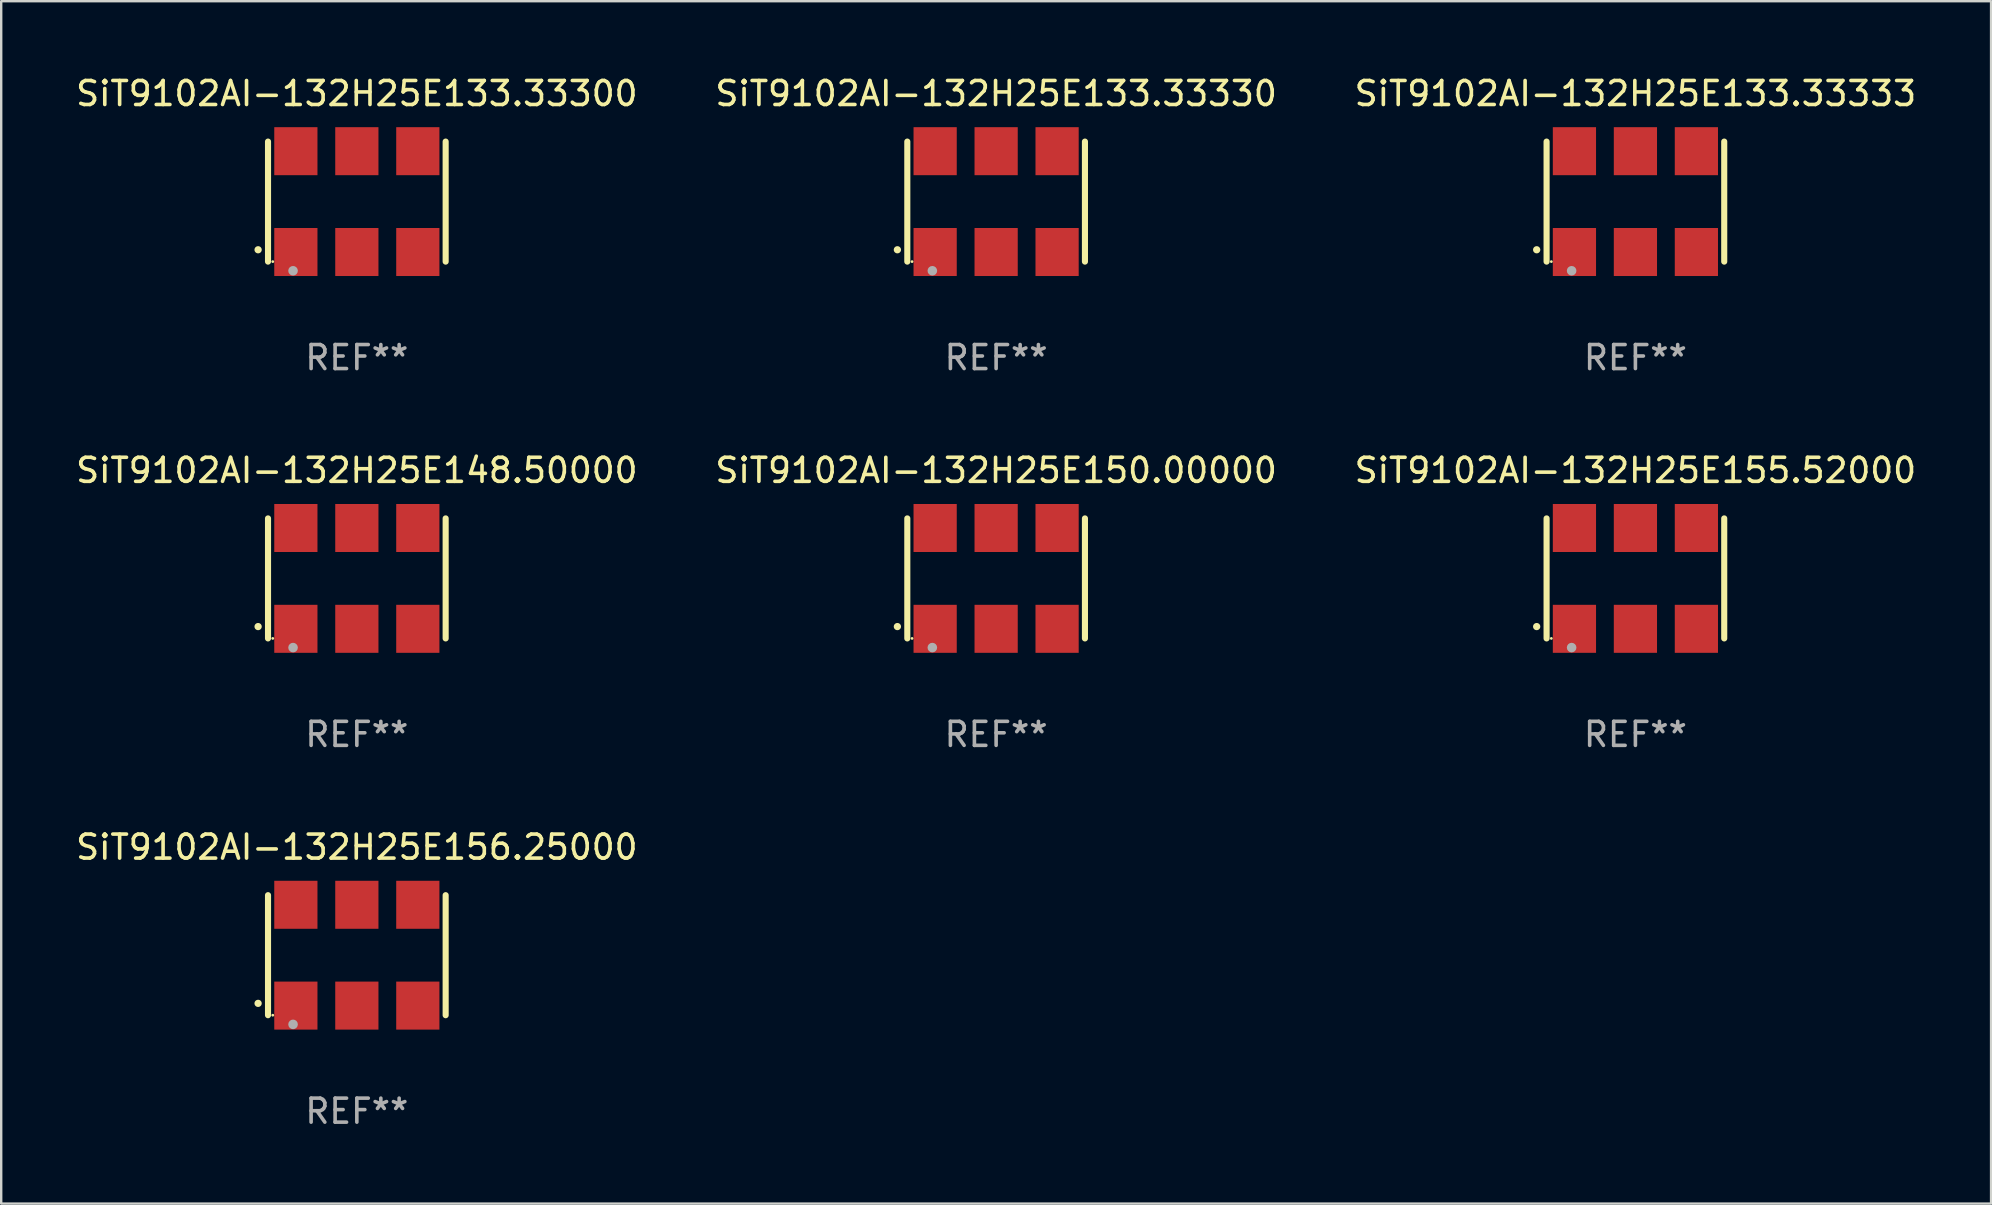
<source format=kicad_pcb>
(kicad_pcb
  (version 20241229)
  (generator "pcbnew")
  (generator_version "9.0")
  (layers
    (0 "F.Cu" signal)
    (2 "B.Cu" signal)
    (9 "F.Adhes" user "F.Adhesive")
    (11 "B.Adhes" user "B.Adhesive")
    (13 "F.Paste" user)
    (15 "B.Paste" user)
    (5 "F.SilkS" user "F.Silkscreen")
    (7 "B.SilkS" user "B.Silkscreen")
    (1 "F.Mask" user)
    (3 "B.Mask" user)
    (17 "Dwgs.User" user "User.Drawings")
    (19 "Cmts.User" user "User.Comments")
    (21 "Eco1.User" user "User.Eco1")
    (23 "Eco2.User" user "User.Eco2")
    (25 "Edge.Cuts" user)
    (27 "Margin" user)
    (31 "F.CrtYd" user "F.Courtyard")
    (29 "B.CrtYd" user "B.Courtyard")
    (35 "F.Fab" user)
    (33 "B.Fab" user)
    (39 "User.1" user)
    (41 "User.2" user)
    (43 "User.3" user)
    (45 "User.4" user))
  (footprint "SiT9102AI-132H25E133.33300"
    (layer "F.Cu")
    (at 11.815 5.348)
    (property "Reference" "SiT9102AI-132H25E133.33300" (at 0 -4.5 0) (layer "F.SilkS") (effects (font (size 1 1) (thickness 0.15))))
    (attr through_hole)
    (fp_line (start -3.7 -2.5) (end -3.7 2.5) (stroke (width 0.254) (type solid)) (layer "F.SilkS"))
    (fp_line (start 3.7 -2.5) (end 3.7 2.5) (stroke (width 0.254) (type solid)) (layer "F.SilkS"))
    (fp_arc (start -4.114415 2.006604) (mid -4.113145 2.006599) (end -4.111875 2.006604) (stroke (width 0.3) (type solid)) (layer "F.SilkS"))
    (fp_circle (center -3.502 2.5) (end -3.472 2.5) (stroke (width 0.06) (type solid)) (fill no) (layer "F.SilkS"))
    (fp_circle (center -2.657 2.882) (end -2.557 2.882) (stroke (width 0.2) (type solid)) (fill no) (layer "F.Fab"))
    (fp_text user "REF**" (at 0 6.5 0) (layer "F.Fab") (effects (font (size 1 1) (thickness 0.15))))
    (pad "1" smd rect (at -2.54 2.1) (size 1.8 2) (layers "F.Cu" "F.Mask" "F.Paste"))
    (pad "2" smd rect (at 0.000394 2.1) (size 1.8 2) (layers "F.Cu" "F.Mask" "F.Paste"))
    (pad "3" smd rect (at 2.54 2.1) (size 1.8 2) (layers "F.Cu" "F.Mask" "F.Paste"))
    (pad "4" smd rect (at 2.54 -2.1) (size 1.8 2) (layers "F.Cu" "F.Mask" "F.Paste"))
    (pad "5" smd rect (at 0.000394 -2.1) (size 1.8 2) (layers "F.Cu" "F.Mask" "F.Paste"))
    (pad "6" smd rect (at -2.54 -2.1) (size 1.8 2) (layers "F.Cu" "F.Mask" "F.Paste")))
  (footprint "SiT9102AI-132H25E156.25000"
    (layer "F.Cu")
    (at 11.815 36.741)
    (property "Reference" "SiT9102AI-132H25E156.25000" (at 0 -4.5 0) (layer "F.SilkS") (effects (font (size 1 1) (thickness 0.15))))
    (attr through_hole)
    (fp_line (start -3.7 -2.5) (end -3.7 2.5) (stroke (width 0.254) (type solid)) (layer "F.SilkS"))
    (fp_line (start 3.7 -2.5) (end 3.7 2.5) (stroke (width 0.254) (type solid)) (layer "F.SilkS"))
    (fp_arc (start -4.114415 2.006604) (mid -4.113145 2.006599) (end -4.111875 2.006604) (stroke (width 0.3) (type solid)) (layer "F.SilkS"))
    (fp_circle (center -3.502 2.5) (end -3.472 2.5) (stroke (width 0.06) (type solid)) (fill no) (layer "F.SilkS"))
    (fp_circle (center -2.657 2.882) (end -2.557 2.882) (stroke (width 0.2) (type solid)) (fill no) (layer "F.Fab"))
    (fp_text user "REF**" (at 0 6.5 0) (layer "F.Fab") (effects (font (size 1 1) (thickness 0.15))))
    (pad "1" smd rect (at -2.54 2.1) (size 1.8 2) (layers "F.Cu" "F.Mask" "F.Paste"))
    (pad "2" smd rect (at 0.000394 2.1) (size 1.8 2) (layers "F.Cu" "F.Mask" "F.Paste"))
    (pad "3" smd rect (at 2.54 2.1) (size 1.8 2) (layers "F.Cu" "F.Mask" "F.Paste"))
    (pad "4" smd rect (at 2.54 -2.1) (size 1.8 2) (layers "F.Cu" "F.Mask" "F.Paste"))
    (pad "5" smd rect (at 0.000394 -2.1) (size 1.8 2) (layers "F.Cu" "F.Mask" "F.Paste"))
    (pad "6" smd rect (at -2.54 -2.1) (size 1.8 2) (layers "F.Cu" "F.Mask" "F.Paste")))
  (footprint "SiT9102AI-132H25E148.50000"
    (layer "F.Cu")
    (at 11.815 21.045)
    (property "Reference" "SiT9102AI-132H25E148.50000" (at 0 -4.5 0) (layer "F.SilkS") (effects (font (size 1 1) (thickness 0.15))))
    (attr through_hole)
    (fp_line (start -3.7 -2.5) (end -3.7 2.5) (stroke (width 0.254) (type solid)) (layer "F.SilkS"))
    (fp_line (start 3.7 -2.5) (end 3.7 2.5) (stroke (width 0.254) (type solid)) (layer "F.SilkS"))
    (fp_arc (start -4.114415 2.006604) (mid -4.113145 2.006599) (end -4.111875 2.006604) (stroke (width 0.3) (type solid)) (layer "F.SilkS"))
    (fp_circle (center -3.502 2.5) (end -3.472 2.5) (stroke (width 0.06) (type solid)) (fill no) (layer "F.SilkS"))
    (fp_circle (center -2.657 2.882) (end -2.557 2.882) (stroke (width 0.2) (type solid)) (fill no) (layer "F.Fab"))
    (fp_text user "REF**" (at 0 6.5 0) (layer "F.Fab") (effects (font (size 1 1) (thickness 0.15))))
    (pad "1" smd rect (at -2.54 2.1) (size 1.8 2) (layers "F.Cu" "F.Mask" "F.Paste"))
    (pad "2" smd rect (at 0.000394 2.1) (size 1.8 2) (layers "F.Cu" "F.Mask" "F.Paste"))
    (pad "3" smd rect (at 2.54 2.1) (size 1.8 2) (layers "F.Cu" "F.Mask" "F.Paste"))
    (pad "4" smd rect (at 2.54 -2.1) (size 1.8 2) (layers "F.Cu" "F.Mask" "F.Paste"))
    (pad "5" smd rect (at 0.000394 -2.1) (size 1.8 2) (layers "F.Cu" "F.Mask" "F.Paste"))
    (pad "6" smd rect (at -2.54 -2.1) (size 1.8 2) (layers "F.Cu" "F.Mask" "F.Paste")))
  (footprint "SiT9102AI-132H25E133.33330"
    (layer "F.Cu")
    (at 38.446 5.348)
    (property "Reference" "SiT9102AI-132H25E133.33330" (at 0 -4.5 0) (layer "F.SilkS") (effects (font (size 1 1) (thickness 0.15))))
    (attr through_hole)
    (fp_line (start -3.7 -2.5) (end -3.7 2.5) (stroke (width 0.254) (type solid)) (layer "F.SilkS"))
    (fp_line (start 3.7 -2.5) (end 3.7 2.5) (stroke (width 0.254) (type solid)) (layer "F.SilkS"))
    (fp_arc (start -4.114415 2.006604) (mid -4.113145 2.006599) (end -4.111875 2.006604) (stroke (width 0.3) (type solid)) (layer "F.SilkS"))
    (fp_circle (center -3.502 2.5) (end -3.472 2.5) (stroke (width 0.06) (type solid)) (fill no) (layer "F.SilkS"))
    (fp_circle (center -2.657 2.882) (end -2.557 2.882) (stroke (width 0.2) (type solid)) (fill no) (layer "F.Fab"))
    (fp_text user "REF**" (at 0 6.5 0) (layer "F.Fab") (effects (font (size 1 1) (thickness 0.15))))
    (pad "1" smd rect (at -2.54 2.1) (size 1.8 2) (layers "F.Cu" "F.Mask" "F.Paste"))
    (pad "2" smd rect (at 0.000394 2.1) (size 1.8 2) (layers "F.Cu" "F.Mask" "F.Paste"))
    (pad "3" smd rect (at 2.54 2.1) (size 1.8 2) (layers "F.Cu" "F.Mask" "F.Paste"))
    (pad "4" smd rect (at 2.54 -2.1) (size 1.8 2) (layers "F.Cu" "F.Mask" "F.Paste"))
    (pad "5" smd rect (at 0.000394 -2.1) (size 1.8 2) (layers "F.Cu" "F.Mask" "F.Paste"))
    (pad "6" smd rect (at -2.54 -2.1) (size 1.8 2) (layers "F.Cu" "F.Mask" "F.Paste")))
  (footprint "SiT9102AI-132H25E133.33333"
    (layer "F.Cu")
    (at 65.077 5.348)
    (property "Reference" "SiT9102AI-132H25E133.33333" (at 0 -4.5 0) (layer "F.SilkS") (effects (font (size 1 1) (thickness 0.15))))
    (attr through_hole)
    (fp_line (start -3.7 -2.5) (end -3.7 2.5) (stroke (width 0.254) (type solid)) (layer "F.SilkS"))
    (fp_line (start 3.7 -2.5) (end 3.7 2.5) (stroke (width 0.254) (type solid)) (layer "F.SilkS"))
    (fp_arc (start -4.114415 2.006604) (mid -4.113145 2.006599) (end -4.111875 2.006604) (stroke (width 0.3) (type solid)) (layer "F.SilkS"))
    (fp_circle (center -3.502 2.5) (end -3.472 2.5) (stroke (width 0.06) (type solid)) (fill no) (layer "F.SilkS"))
    (fp_circle (center -2.657 2.882) (end -2.557 2.882) (stroke (width 0.2) (type solid)) (fill no) (layer "F.Fab"))
    (fp_text user "REF**" (at 0 6.5 0) (layer "F.Fab") (effects (font (size 1 1) (thickness 0.15))))
    (pad "1" smd rect (at -2.54 2.1) (size 1.8 2) (layers "F.Cu" "F.Mask" "F.Paste"))
    (pad "2" smd rect (at 0.000394 2.1) (size 1.8 2) (layers "F.Cu" "F.Mask" "F.Paste"))
    (pad "3" smd rect (at 2.54 2.1) (size 1.8 2) (layers "F.Cu" "F.Mask" "F.Paste"))
    (pad "4" smd rect (at 2.54 -2.1) (size 1.8 2) (layers "F.Cu" "F.Mask" "F.Paste"))
    (pad "5" smd rect (at 0.000394 -2.1) (size 1.8 2) (layers "F.Cu" "F.Mask" "F.Paste"))
    (pad "6" smd rect (at -2.54 -2.1) (size 1.8 2) (layers "F.Cu" "F.Mask" "F.Paste")))
  (footprint "SiT9102AI-132H25E150.00000"
    (layer "F.Cu")
    (at 38.446 21.045)
    (property "Reference" "SiT9102AI-132H25E150.00000" (at 0 -4.5 0) (layer "F.SilkS") (effects (font (size 1 1) (thickness 0.15))))
    (attr through_hole)
    (fp_line (start -3.7 -2.5) (end -3.7 2.5) (stroke (width 0.254) (type solid)) (layer "F.SilkS"))
    (fp_line (start 3.7 -2.5) (end 3.7 2.5) (stroke (width 0.254) (type solid)) (layer "F.SilkS"))
    (fp_arc (start -4.114415 2.006604) (mid -4.113145 2.006599) (end -4.111875 2.006604) (stroke (width 0.3) (type solid)) (layer "F.SilkS"))
    (fp_circle (center -3.502 2.5) (end -3.472 2.5) (stroke (width 0.06) (type solid)) (fill no) (layer "F.SilkS"))
    (fp_circle (center -2.657 2.882) (end -2.557 2.882) (stroke (width 0.2) (type solid)) (fill no) (layer "F.Fab"))
    (fp_text user "REF**" (at 0 6.5 0) (layer "F.Fab") (effects (font (size 1 1) (thickness 0.15))))
    (pad "1" smd rect (at -2.54 2.1) (size 1.8 2) (layers "F.Cu" "F.Mask" "F.Paste"))
    (pad "2" smd rect (at 0.000394 2.1) (size 1.8 2) (layers "F.Cu" "F.Mask" "F.Paste"))
    (pad "3" smd rect (at 2.54 2.1) (size 1.8 2) (layers "F.Cu" "F.Mask" "F.Paste"))
    (pad "4" smd rect (at 2.54 -2.1) (size 1.8 2) (layers "F.Cu" "F.Mask" "F.Paste"))
    (pad "5" smd rect (at 0.000394 -2.1) (size 1.8 2) (layers "F.Cu" "F.Mask" "F.Paste"))
    (pad "6" smd rect (at -2.54 -2.1) (size 1.8 2) (layers "F.Cu" "F.Mask" "F.Paste")))
  (footprint "SiT9102AI-132H25E155.52000"
    (layer "F.Cu")
    (at 65.077 21.045)
    (property "Reference" "SiT9102AI-132H25E155.52000" (at 0 -4.5 0) (layer "F.SilkS") (effects (font (size 1 1) (thickness 0.15))))
    (attr through_hole)
    (fp_line (start -3.7 -2.5) (end -3.7 2.5) (stroke (width 0.254) (type solid)) (layer "F.SilkS"))
    (fp_line (start 3.7 -2.5) (end 3.7 2.5) (stroke (width 0.254) (type solid)) (layer "F.SilkS"))
    (fp_arc (start -4.114415 2.006604) (mid -4.113145 2.006599) (end -4.111875 2.006604) (stroke (width 0.3) (type solid)) (layer "F.SilkS"))
    (fp_circle (center -3.502 2.5) (end -3.472 2.5) (stroke (width 0.06) (type solid)) (fill no) (layer "F.SilkS"))
    (fp_circle (center -2.657 2.882) (end -2.557 2.882) (stroke (width 0.2) (type solid)) (fill no) (layer "F.Fab"))
    (fp_text user "REF**" (at 0 6.5 0) (layer "F.Fab") (effects (font (size 1 1) (thickness 0.15))))
    (pad "1" smd rect (at -2.54 2.1) (size 1.8 2) (layers "F.Cu" "F.Mask" "F.Paste"))
    (pad "2" smd rect (at 0.000394 2.1) (size 1.8 2) (layers "F.Cu" "F.Mask" "F.Paste"))
    (pad "3" smd rect (at 2.54 2.1) (size 1.8 2) (layers "F.Cu" "F.Mask" "F.Paste"))
    (pad "4" smd rect (at 2.54 -2.1) (size 1.8 2) (layers "F.Cu" "F.Mask" "F.Paste"))
    (pad "5" smd rect (at 0.000394 -2.1) (size 1.8 2) (layers "F.Cu" "F.Mask" "F.Paste"))
    (pad "6" smd rect (at -2.54 -2.1) (size 1.8 2) (layers "F.Cu" "F.Mask" "F.Paste")))
  (gr_rect
    (start -3 -3)
    (end 79.893 47.09)
    (stroke (width 0.1) (type default))
    (fill no)
    (layer "Edge.Cuts")))
</source>
